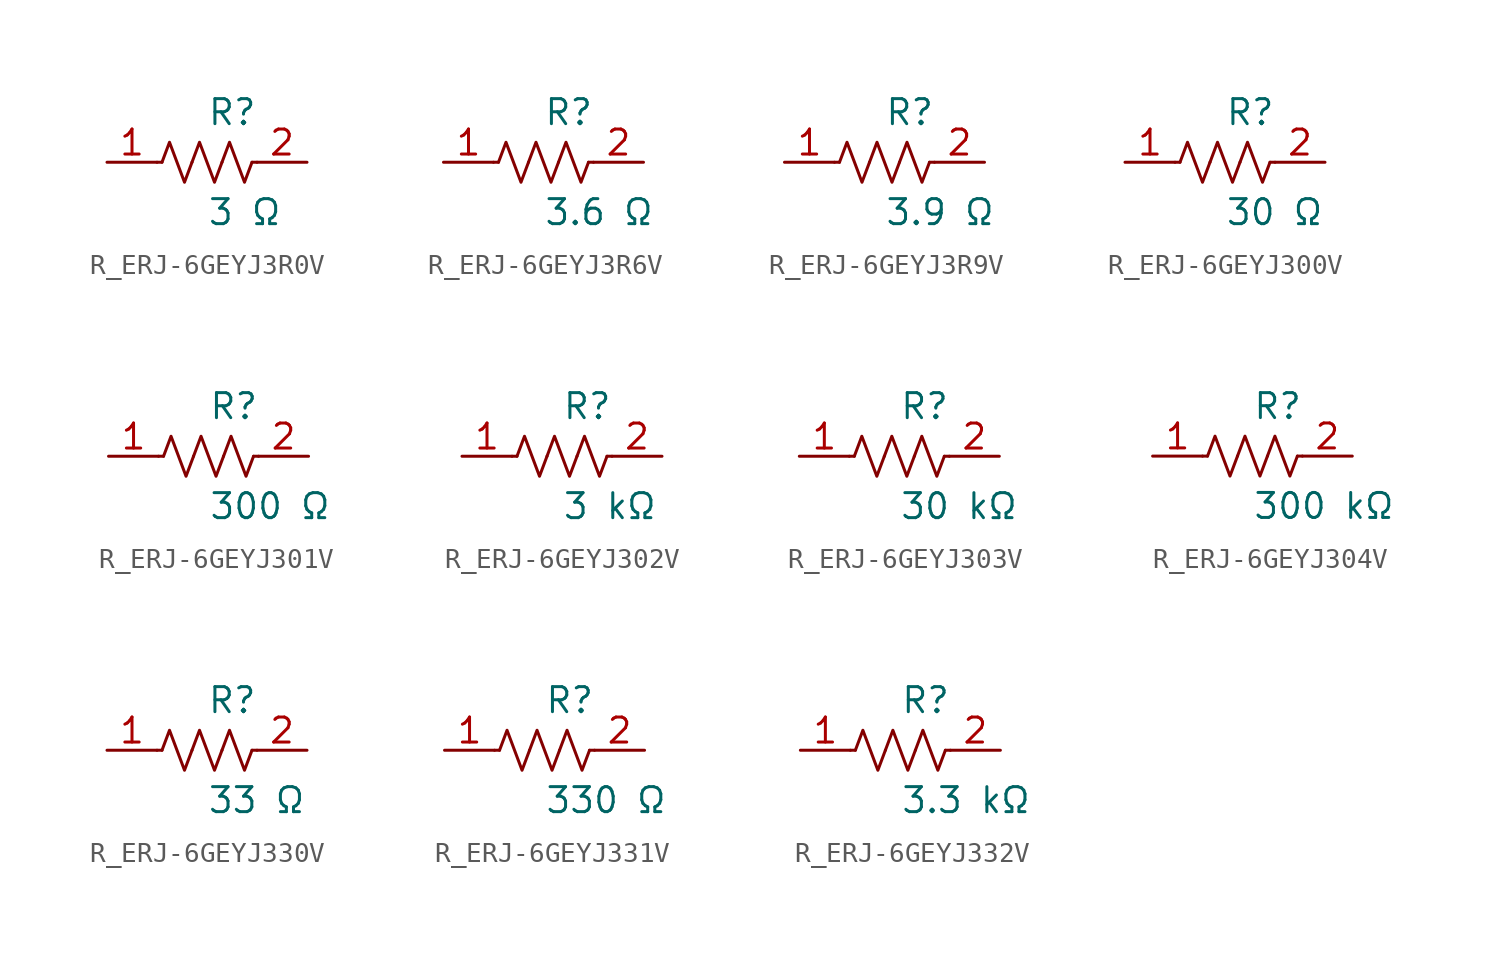
<source format=kicad_sym>
(kicad_symbol_lib
  (version 20231120)
  (generator kicad_symbol_editor)
  (generator_version 8.0)
  (symbol "R_ERJ-6GEYJ3R0V"
    (pin_names
      (offset 0.254))
    (property "Reference" "R"
      (at 0.0 2.54 0)
      (effects (font (size 1.27 1.27)) (justify left)))
    (property "Value" "3 Ω"
      (at 0.0 -2.54 0)
      (effects (font (size 1.27 1.27)) (justify left)))
    (symbol "R_ERJ-6GEYJ3R0V_0_1"
      (polyline (pts (xy 2.286 0) (xy 2.54 0)) (stroke (width 0) (type default)) (fill (type none)))
      (polyline (pts (xy -2.286 0) (xy -2.54 0)) (stroke (width 0) (type default)) (fill (type none)))
      (polyline (pts (xy 0.762 0) (xy 1.143 1.016) (xy 1.524 0) (xy 1.905 -1.016) (xy 2.286 0)) (stroke (width 0) (type default)) (fill (type none)))
      (polyline (pts (xy -0.762 0) (xy -0.381 1.016) (xy 0 0) (xy 0.381 -1.016) (xy 0.762 0)) (stroke (width 0) (type default)) (fill (type none)))
      (polyline (pts (xy -2.286 0) (xy -1.905 1.016) (xy -1.524 0) (xy -1.143 -1.016) (xy -0.762 0)) (stroke (width 0) (type default)) (fill (type none))))
    (pin unspecified line
      (at -5.08 0 0)
      (length 2.54)
      (name "" (effects (font (size 1.27 1.27))))
      (number "1" (effects (font (size 1.27 1.27)))))
    (pin unspecified line
      (at 5.08 0 180)
      (length 2.54)
      (name "" (effects (font (size 1.27 1.27))))
      (number "2" (effects (font (size 1.27 1.27))))))
  (symbol "R_ERJ-6GEYJ3R6V"
    (pin_names
      (offset 0.254))
    (property "Reference" "R"
      (at 0.0 2.54 0)
      (effects (font (size 1.27 1.27)) (justify left)))
    (property "Value" "3.6 Ω"
      (at 0.0 -2.54 0)
      (effects (font (size 1.27 1.27)) (justify left)))
    (symbol "R_ERJ-6GEYJ3R6V_0_1"
      (polyline (pts (xy 2.286 0) (xy 2.54 0)) (stroke (width 0) (type default)) (fill (type none)))
      (polyline (pts (xy -2.286 0) (xy -2.54 0)) (stroke (width 0) (type default)) (fill (type none)))
      (polyline (pts (xy 0.762 0) (xy 1.143 1.016) (xy 1.524 0) (xy 1.905 -1.016) (xy 2.286 0)) (stroke (width 0) (type default)) (fill (type none)))
      (polyline (pts (xy -0.762 0) (xy -0.381 1.016) (xy 0 0) (xy 0.381 -1.016) (xy 0.762 0)) (stroke (width 0) (type default)) (fill (type none)))
      (polyline (pts (xy -2.286 0) (xy -1.905 1.016) (xy -1.524 0) (xy -1.143 -1.016) (xy -0.762 0)) (stroke (width 0) (type default)) (fill (type none))))
    (pin unspecified line
      (at -5.08 0 0)
      (length 2.54)
      (name "" (effects (font (size 1.27 1.27))))
      (number "1" (effects (font (size 1.27 1.27)))))
    (pin unspecified line
      (at 5.08 0 180)
      (length 2.54)
      (name "" (effects (font (size 1.27 1.27))))
      (number "2" (effects (font (size 1.27 1.27))))))
  (symbol "R_ERJ-6GEYJ3R9V"
    (pin_names
      (offset 0.254))
    (property "Reference" "R"
      (at 0.0 2.54 0)
      (effects (font (size 1.27 1.27)) (justify left)))
    (property "Value" "3.9 Ω"
      (at 0.0 -2.54 0)
      (effects (font (size 1.27 1.27)) (justify left)))
    (symbol "R_ERJ-6GEYJ3R9V_0_1"
      (polyline (pts (xy 2.286 0) (xy 2.54 0)) (stroke (width 0) (type default)) (fill (type none)))
      (polyline (pts (xy -2.286 0) (xy -2.54 0)) (stroke (width 0) (type default)) (fill (type none)))
      (polyline (pts (xy 0.762 0) (xy 1.143 1.016) (xy 1.524 0) (xy 1.905 -1.016) (xy 2.286 0)) (stroke (width 0) (type default)) (fill (type none)))
      (polyline (pts (xy -0.762 0) (xy -0.381 1.016) (xy 0 0) (xy 0.381 -1.016) (xy 0.762 0)) (stroke (width 0) (type default)) (fill (type none)))
      (polyline (pts (xy -2.286 0) (xy -1.905 1.016) (xy -1.524 0) (xy -1.143 -1.016) (xy -0.762 0)) (stroke (width 0) (type default)) (fill (type none))))
    (pin unspecified line
      (at -5.08 0 0)
      (length 2.54)
      (name "" (effects (font (size 1.27 1.27))))
      (number "1" (effects (font (size 1.27 1.27)))))
    (pin unspecified line
      (at 5.08 0 180)
      (length 2.54)
      (name "" (effects (font (size 1.27 1.27))))
      (number "2" (effects (font (size 1.27 1.27))))))
  (symbol "R_ERJ-6GEYJ300V"
    (pin_names
      (offset 0.254))
    (property "Reference" "R"
      (at 0.0 2.54 0)
      (effects (font (size 1.27 1.27)) (justify left)))
    (property "Value" "30 Ω"
      (at 0.0 -2.54 0)
      (effects (font (size 1.27 1.27)) (justify left)))
    (symbol "R_ERJ-6GEYJ300V_0_1"
      (polyline (pts (xy 2.286 0) (xy 2.54 0)) (stroke (width 0) (type default)) (fill (type none)))
      (polyline (pts (xy -2.286 0) (xy -2.54 0)) (stroke (width 0) (type default)) (fill (type none)))
      (polyline (pts (xy 0.762 0) (xy 1.143 1.016) (xy 1.524 0) (xy 1.905 -1.016) (xy 2.286 0)) (stroke (width 0) (type default)) (fill (type none)))
      (polyline (pts (xy -0.762 0) (xy -0.381 1.016) (xy 0 0) (xy 0.381 -1.016) (xy 0.762 0)) (stroke (width 0) (type default)) (fill (type none)))
      (polyline (pts (xy -2.286 0) (xy -1.905 1.016) (xy -1.524 0) (xy -1.143 -1.016) (xy -0.762 0)) (stroke (width 0) (type default)) (fill (type none))))
    (pin unspecified line
      (at -5.08 0 0)
      (length 2.54)
      (name "" (effects (font (size 1.27 1.27))))
      (number "1" (effects (font (size 1.27 1.27)))))
    (pin unspecified line
      (at 5.08 0 180)
      (length 2.54)
      (name "" (effects (font (size 1.27 1.27))))
      (number "2" (effects (font (size 1.27 1.27))))))
  (symbol "R_ERJ-6GEYJ301V"
    (pin_names
      (offset 0.254))
    (property "Reference" "R"
      (at 0.0 2.54 0)
      (effects (font (size 1.27 1.27)) (justify left)))
    (property "Value" "300 Ω"
      (at 0.0 -2.54 0)
      (effects (font (size 1.27 1.27)) (justify left)))
    (symbol "R_ERJ-6GEYJ301V_0_1"
      (polyline (pts (xy 2.286 0) (xy 2.54 0)) (stroke (width 0) (type default)) (fill (type none)))
      (polyline (pts (xy -2.286 0) (xy -2.54 0)) (stroke (width 0) (type default)) (fill (type none)))
      (polyline (pts (xy 0.762 0) (xy 1.143 1.016) (xy 1.524 0) (xy 1.905 -1.016) (xy 2.286 0)) (stroke (width 0) (type default)) (fill (type none)))
      (polyline (pts (xy -0.762 0) (xy -0.381 1.016) (xy 0 0) (xy 0.381 -1.016) (xy 0.762 0)) (stroke (width 0) (type default)) (fill (type none)))
      (polyline (pts (xy -2.286 0) (xy -1.905 1.016) (xy -1.524 0) (xy -1.143 -1.016) (xy -0.762 0)) (stroke (width 0) (type default)) (fill (type none))))
    (pin unspecified line
      (at -5.08 0 0)
      (length 2.54)
      (name "" (effects (font (size 1.27 1.27))))
      (number "1" (effects (font (size 1.27 1.27)))))
    (pin unspecified line
      (at 5.08 0 180)
      (length 2.54)
      (name "" (effects (font (size 1.27 1.27))))
      (number "2" (effects (font (size 1.27 1.27))))))
  (symbol "R_ERJ-6GEYJ302V"
    (pin_names
      (offset 0.254))
    (property "Reference" "R"
      (at 0.0 2.54 0)
      (effects (font (size 1.27 1.27)) (justify left)))
    (property "Value" "3 kΩ"
      (at 0.0 -2.54 0)
      (effects (font (size 1.27 1.27)) (justify left)))
    (symbol "R_ERJ-6GEYJ302V_0_1"
      (polyline (pts (xy 2.286 0) (xy 2.54 0)) (stroke (width 0) (type default)) (fill (type none)))
      (polyline (pts (xy -2.286 0) (xy -2.54 0)) (stroke (width 0) (type default)) (fill (type none)))
      (polyline (pts (xy 0.762 0) (xy 1.143 1.016) (xy 1.524 0) (xy 1.905 -1.016) (xy 2.286 0)) (stroke (width 0) (type default)) (fill (type none)))
      (polyline (pts (xy -0.762 0) (xy -0.381 1.016) (xy 0 0) (xy 0.381 -1.016) (xy 0.762 0)) (stroke (width 0) (type default)) (fill (type none)))
      (polyline (pts (xy -2.286 0) (xy -1.905 1.016) (xy -1.524 0) (xy -1.143 -1.016) (xy -0.762 0)) (stroke (width 0) (type default)) (fill (type none))))
    (pin unspecified line
      (at -5.08 0 0)
      (length 2.54)
      (name "" (effects (font (size 1.27 1.27))))
      (number "1" (effects (font (size 1.27 1.27)))))
    (pin unspecified line
      (at 5.08 0 180)
      (length 2.54)
      (name "" (effects (font (size 1.27 1.27))))
      (number "2" (effects (font (size 1.27 1.27))))))
  (symbol "R_ERJ-6GEYJ303V"
    (pin_names
      (offset 0.254))
    (property "Reference" "R"
      (at 0.0 2.54 0)
      (effects (font (size 1.27 1.27)) (justify left)))
    (property "Value" "30 kΩ"
      (at 0.0 -2.54 0)
      (effects (font (size 1.27 1.27)) (justify left)))
    (symbol "R_ERJ-6GEYJ303V_0_1"
      (polyline (pts (xy 2.286 0) (xy 2.54 0)) (stroke (width 0) (type default)) (fill (type none)))
      (polyline (pts (xy -2.286 0) (xy -2.54 0)) (stroke (width 0) (type default)) (fill (type none)))
      (polyline (pts (xy 0.762 0) (xy 1.143 1.016) (xy 1.524 0) (xy 1.905 -1.016) (xy 2.286 0)) (stroke (width 0) (type default)) (fill (type none)))
      (polyline (pts (xy -0.762 0) (xy -0.381 1.016) (xy 0 0) (xy 0.381 -1.016) (xy 0.762 0)) (stroke (width 0) (type default)) (fill (type none)))
      (polyline (pts (xy -2.286 0) (xy -1.905 1.016) (xy -1.524 0) (xy -1.143 -1.016) (xy -0.762 0)) (stroke (width 0) (type default)) (fill (type none))))
    (pin unspecified line
      (at -5.08 0 0)
      (length 2.54)
      (name "" (effects (font (size 1.27 1.27))))
      (number "1" (effects (font (size 1.27 1.27)))))
    (pin unspecified line
      (at 5.08 0 180)
      (length 2.54)
      (name "" (effects (font (size 1.27 1.27))))
      (number "2" (effects (font (size 1.27 1.27))))))
  (symbol "R_ERJ-6GEYJ304V"
    (pin_names
      (offset 0.254))
    (property "Reference" "R"
      (at 0.0 2.54 0)
      (effects (font (size 1.27 1.27)) (justify left)))
    (property "Value" "300 kΩ"
      (at 0.0 -2.54 0)
      (effects (font (size 1.27 1.27)) (justify left)))
    (symbol "R_ERJ-6GEYJ304V_0_1"
      (polyline (pts (xy 2.286 0) (xy 2.54 0)) (stroke (width 0) (type default)) (fill (type none)))
      (polyline (pts (xy -2.286 0) (xy -2.54 0)) (stroke (width 0) (type default)) (fill (type none)))
      (polyline (pts (xy 0.762 0) (xy 1.143 1.016) (xy 1.524 0) (xy 1.905 -1.016) (xy 2.286 0)) (stroke (width 0) (type default)) (fill (type none)))
      (polyline (pts (xy -0.762 0) (xy -0.381 1.016) (xy 0 0) (xy 0.381 -1.016) (xy 0.762 0)) (stroke (width 0) (type default)) (fill (type none)))
      (polyline (pts (xy -2.286 0) (xy -1.905 1.016) (xy -1.524 0) (xy -1.143 -1.016) (xy -0.762 0)) (stroke (width 0) (type default)) (fill (type none))))
    (pin unspecified line
      (at -5.08 0 0)
      (length 2.54)
      (name "" (effects (font (size 1.27 1.27))))
      (number "1" (effects (font (size 1.27 1.27)))))
    (pin unspecified line
      (at 5.08 0 180)
      (length 2.54)
      (name "" (effects (font (size 1.27 1.27))))
      (number "2" (effects (font (size 1.27 1.27))))))
  (symbol "R_ERJ-6GEYJ330V"
    (pin_names
      (offset 0.254))
    (property "Reference" "R"
      (at 0.0 2.54 0)
      (effects (font (size 1.27 1.27)) (justify left)))
    (property "Value" "33 Ω"
      (at 0.0 -2.54 0)
      (effects (font (size 1.27 1.27)) (justify left)))
    (symbol "R_ERJ-6GEYJ330V_0_1"
      (polyline (pts (xy 2.286 0) (xy 2.54 0)) (stroke (width 0) (type default)) (fill (type none)))
      (polyline (pts (xy -2.286 0) (xy -2.54 0)) (stroke (width 0) (type default)) (fill (type none)))
      (polyline (pts (xy 0.762 0) (xy 1.143 1.016) (xy 1.524 0) (xy 1.905 -1.016) (xy 2.286 0)) (stroke (width 0) (type default)) (fill (type none)))
      (polyline (pts (xy -0.762 0) (xy -0.381 1.016) (xy 0 0) (xy 0.381 -1.016) (xy 0.762 0)) (stroke (width 0) (type default)) (fill (type none)))
      (polyline (pts (xy -2.286 0) (xy -1.905 1.016) (xy -1.524 0) (xy -1.143 -1.016) (xy -0.762 0)) (stroke (width 0) (type default)) (fill (type none))))
    (pin unspecified line
      (at -5.08 0 0)
      (length 2.54)
      (name "" (effects (font (size 1.27 1.27))))
      (number "1" (effects (font (size 1.27 1.27)))))
    (pin unspecified line
      (at 5.08 0 180)
      (length 2.54)
      (name "" (effects (font (size 1.27 1.27))))
      (number "2" (effects (font (size 1.27 1.27))))))
  (symbol "R_ERJ-6GEYJ331V"
    (pin_names
      (offset 0.254))
    (property "Reference" "R"
      (at 0.0 2.54 0)
      (effects (font (size 1.27 1.27)) (justify left)))
    (property "Value" "330 Ω"
      (at 0.0 -2.54 0)
      (effects (font (size 1.27 1.27)) (justify left)))
    (symbol "R_ERJ-6GEYJ331V_0_1"
      (polyline (pts (xy 2.286 0) (xy 2.54 0)) (stroke (width 0) (type default)) (fill (type none)))
      (polyline (pts (xy -2.286 0) (xy -2.54 0)) (stroke (width 0) (type default)) (fill (type none)))
      (polyline (pts (xy 0.762 0) (xy 1.143 1.016) (xy 1.524 0) (xy 1.905 -1.016) (xy 2.286 0)) (stroke (width 0) (type default)) (fill (type none)))
      (polyline (pts (xy -0.762 0) (xy -0.381 1.016) (xy 0 0) (xy 0.381 -1.016) (xy 0.762 0)) (stroke (width 0) (type default)) (fill (type none)))
      (polyline (pts (xy -2.286 0) (xy -1.905 1.016) (xy -1.524 0) (xy -1.143 -1.016) (xy -0.762 0)) (stroke (width 0) (type default)) (fill (type none))))
    (pin unspecified line
      (at -5.08 0 0)
      (length 2.54)
      (name "" (effects (font (size 1.27 1.27))))
      (number "1" (effects (font (size 1.27 1.27)))))
    (pin unspecified line
      (at 5.08 0 180)
      (length 2.54)
      (name "" (effects (font (size 1.27 1.27))))
      (number "2" (effects (font (size 1.27 1.27))))))
  (symbol "R_ERJ-6GEYJ332V"
    (pin_names
      (offset 0.254))
    (property "Reference" "R"
      (at 0.0 2.54 0)
      (effects (font (size 1.27 1.27)) (justify left)))
    (property "Value" "3.3 kΩ"
      (at 0.0 -2.54 0)
      (effects (font (size 1.27 1.27)) (justify left)))
    (symbol "R_ERJ-6GEYJ332V_0_1"
      (polyline (pts (xy 2.286 0) (xy 2.54 0)) (stroke (width 0) (type default)) (fill (type none)))
      (polyline (pts (xy -2.286 0) (xy -2.54 0)) (stroke (width 0) (type default)) (fill (type none)))
      (polyline (pts (xy 0.762 0) (xy 1.143 1.016) (xy 1.524 0) (xy 1.905 -1.016) (xy 2.286 0)) (stroke (width 0) (type default)) (fill (type none)))
      (polyline (pts (xy -0.762 0) (xy -0.381 1.016) (xy 0 0) (xy 0.381 -1.016) (xy 0.762 0)) (stroke (width 0) (type default)) (fill (type none)))
      (polyline (pts (xy -2.286 0) (xy -1.905 1.016) (xy -1.524 0) (xy -1.143 -1.016) (xy -0.762 0)) (stroke (width 0) (type default)) (fill (type none))))
    (pin unspecified line
      (at -5.08 0 0)
      (length 2.54)
      (name "" (effects (font (size 1.27 1.27))))
      (number "1" (effects (font (size 1.27 1.27)))))
    (pin unspecified line
      (at 5.08 0 180)
      (length 2.54)
      (name "" (effects (font (size 1.27 1.27))))
      (number "2" (effects (font (size 1.27 1.27)))))))
</source>
